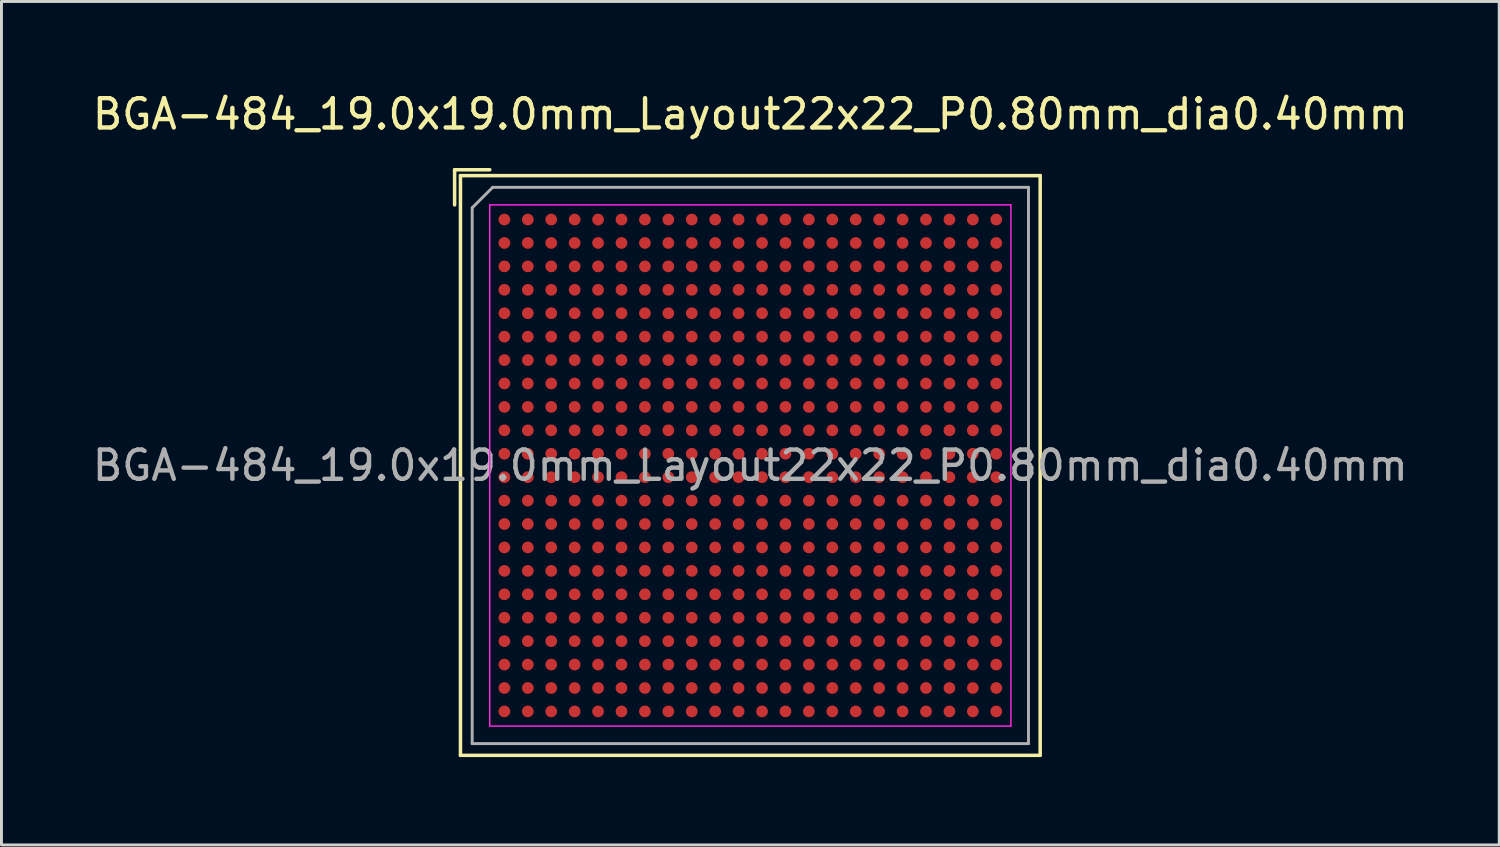
<source format=kicad_pcb>
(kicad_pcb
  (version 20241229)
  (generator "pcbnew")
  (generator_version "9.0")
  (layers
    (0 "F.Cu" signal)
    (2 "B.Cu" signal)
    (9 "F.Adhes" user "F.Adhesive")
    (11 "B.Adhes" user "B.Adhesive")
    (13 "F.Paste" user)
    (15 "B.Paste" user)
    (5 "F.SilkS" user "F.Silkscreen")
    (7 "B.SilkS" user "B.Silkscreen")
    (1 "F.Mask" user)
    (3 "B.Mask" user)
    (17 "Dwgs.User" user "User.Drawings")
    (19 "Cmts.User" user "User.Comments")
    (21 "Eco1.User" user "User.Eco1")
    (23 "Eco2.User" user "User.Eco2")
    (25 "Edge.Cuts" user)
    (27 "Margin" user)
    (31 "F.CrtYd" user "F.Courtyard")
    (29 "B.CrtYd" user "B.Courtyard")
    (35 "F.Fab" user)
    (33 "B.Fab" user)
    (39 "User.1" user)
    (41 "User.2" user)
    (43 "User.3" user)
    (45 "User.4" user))
  (footprint "BGA-484_19.0x19.0mm_Layout22x22_P0.80mm_dia0.40mm"
    (layer "F.Cu")
    (at 22.577 12.848)
    (property "Reference" "BGA-484_19.0x19.0mm_Layout22x22_P0.80mm_dia0.40mm" (at 0 -12 0) (layer "F.SilkS") (effects (font (size 1 1) (thickness 0.15))))
    (attr smd)
    (fp_line (start -10.1 -10.1) (end -8.9 -10.1) (stroke (width 0.12) (type solid)) (layer "F.SilkS"))
    (fp_line (start -10.1 -8.9) (end -10.1 -10.1) (stroke (width 0.12) (type solid)) (layer "F.SilkS"))
    (fp_line (start -9.9 -9.9) (end 9.9 -9.9) (stroke (width 0.12) (type solid)) (layer "F.SilkS"))
    (fp_line (start -9.9 9.9) (end -9.9 -9.9) (stroke (width 0.12) (type solid)) (layer "F.SilkS"))
    (fp_line (start 9.9 -9.9) (end 9.9 9.9) (stroke (width 0.12) (type solid)) (layer "F.SilkS"))
    (fp_line (start 9.9 9.9) (end -9.9 9.9) (stroke (width 0.12) (type solid)) (layer "F.SilkS"))
    (fp_line (start -8.9 -8.9) (end -8.9 8.9) (stroke (width 0.05) (type solid)) (layer "F.CrtYd"))
    (fp_line (start -8.9 -8.9) (end 8.9 -8.9) (stroke (width 0.05) (type solid)) (layer "F.CrtYd"))
    (fp_line (start 8.9 8.9) (end -8.9 8.9) (stroke (width 0.05) (type solid)) (layer "F.CrtYd"))
    (fp_line (start 8.9 8.9) (end 8.9 -8.9) (stroke (width 0.05) (type solid)) (layer "F.CrtYd"))
    (fp_line (start -9.5 -8.8) (end -8.8 -9.5) (stroke (width 0.1) (type solid)) (layer "F.Fab"))
    (fp_line (start -9.5 9.5) (end -9.5 -8.8) (stroke (width 0.1) (type solid)) (layer "F.Fab"))
    (fp_line (start -8.8 -9.5) (end 9.5 -9.5) (stroke (width 0.1) (type solid)) (layer "F.Fab"))
    (fp_line (start 9.5 -9.5) (end 9.5 9.5) (stroke (width 0.1) (type solid)) (layer "F.Fab"))
    (fp_line (start 9.5 9.5) (end -9.5 9.5) (stroke (width 0.1) (type solid)) (layer "F.Fab"))
    (fp_text user "${REFERENCE}" (at 0 0 0) (layer "F.Fab") (effects (font (size 1 1) (thickness 0.15))))
    (pad "A1" smd circle (at -8.4 -8.4) (size 0.4 0.4) (layers "F.Cu" "F.Mask" "F.Paste"))
    (pad "A2" smd circle (at -7.6 -8.4) (size 0.4 0.4) (layers "F.Cu" "F.Mask" "F.Paste"))
    (pad "A3" smd circle (at -6.8 -8.4) (size 0.4 0.4) (layers "F.Cu" "F.Mask" "F.Paste"))
    (pad "A4" smd circle (at -6 -8.4) (size 0.4 0.4) (layers "F.Cu" "F.Mask" "F.Paste"))
    (pad "A5" smd circle (at -5.2 -8.4) (size 0.4 0.4) (layers "F.Cu" "F.Mask" "F.Paste"))
    (pad "A6" smd circle (at -4.4 -8.4) (size 0.4 0.4) (layers "F.Cu" "F.Mask" "F.Paste"))
    (pad "A7" smd circle (at -3.6 -8.4) (size 0.4 0.4) (layers "F.Cu" "F.Mask" "F.Paste"))
    (pad "A8" smd circle (at -2.8 -8.4) (size 0.4 0.4) (layers "F.Cu" "F.Mask" "F.Paste"))
    (pad "A9" smd circle (at -2 -8.4) (size 0.4 0.4) (layers "F.Cu" "F.Mask" "F.Paste"))
    (pad "A10" smd circle (at -1.2 -8.4) (size 0.4 0.4) (layers "F.Cu" "F.Mask" "F.Paste"))
    (pad "A11" smd circle (at -0.4 -8.4) (size 0.4 0.4) (layers "F.Cu" "F.Mask" "F.Paste"))
    (pad "A12" smd circle (at 0.4 -8.4) (size 0.4 0.4) (layers "F.Cu" "F.Mask" "F.Paste"))
    (pad "A13" smd circle (at 1.2 -8.4) (size 0.4 0.4) (layers "F.Cu" "F.Mask" "F.Paste"))
    (pad "A14" smd circle (at 2 -8.4) (size 0.4 0.4) (layers "F.Cu" "F.Mask" "F.Paste"))
    (pad "A15" smd circle (at 2.8 -8.4) (size 0.4 0.4) (layers "F.Cu" "F.Mask" "F.Paste"))
    (pad "A16" smd circle (at 3.6 -8.4) (size 0.4 0.4) (layers "F.Cu" "F.Mask" "F.Paste"))
    (pad "A17" smd circle (at 4.4 -8.4) (size 0.4 0.4) (layers "F.Cu" "F.Mask" "F.Paste"))
    (pad "A18" smd circle (at 5.2 -8.4) (size 0.4 0.4) (layers "F.Cu" "F.Mask" "F.Paste"))
    (pad "A19" smd circle (at 6 -8.4) (size 0.4 0.4) (layers "F.Cu" "F.Mask" "F.Paste"))
    (pad "A20" smd circle (at 6.8 -8.4) (size 0.4 0.4) (layers "F.Cu" "F.Mask" "F.Paste"))
    (pad "A21" smd circle (at 7.6 -8.4) (size 0.4 0.4) (layers "F.Cu" "F.Mask" "F.Paste"))
    (pad "A22" smd circle (at 8.4 -8.4) (size 0.4 0.4) (layers "F.Cu" "F.Mask" "F.Paste"))
    (pad "AA1" smd circle (at -8.4 7.6) (size 0.4 0.4) (layers "F.Cu" "F.Mask" "F.Paste"))
    (pad "AA2" smd circle (at -7.6 7.6) (size 0.4 0.4) (layers "F.Cu" "F.Mask" "F.Paste"))
    (pad "AA3" smd circle (at -6.8 7.6) (size 0.4 0.4) (layers "F.Cu" "F.Mask" "F.Paste"))
    (pad "AA4" smd circle (at -6 7.6) (size 0.4 0.4) (layers "F.Cu" "F.Mask" "F.Paste"))
    (pad "AA5" smd circle (at -5.2 7.6) (size 0.4 0.4) (layers "F.Cu" "F.Mask" "F.Paste"))
    (pad "AA6" smd circle (at -4.4 7.6) (size 0.4 0.4) (layers "F.Cu" "F.Mask" "F.Paste"))
    (pad "AA7" smd circle (at -3.6 7.6) (size 0.4 0.4) (layers "F.Cu" "F.Mask" "F.Paste"))
    (pad "AA8" smd circle (at -2.8 7.6) (size 0.4 0.4) (layers "F.Cu" "F.Mask" "F.Paste"))
    (pad "AA9" smd circle (at -2 7.6) (size 0.4 0.4) (layers "F.Cu" "F.Mask" "F.Paste"))
    (pad "AA10" smd circle (at -1.2 7.6) (size 0.4 0.4) (layers "F.Cu" "F.Mask" "F.Paste"))
    (pad "AA11" smd circle (at -0.4 7.6) (size 0.4 0.4) (layers "F.Cu" "F.Mask" "F.Paste"))
    (pad "AA12" smd circle (at 0.4 7.6) (size 0.4 0.4) (layers "F.Cu" "F.Mask" "F.Paste"))
    (pad "AA13" smd circle (at 1.2 7.6) (size 0.4 0.4) (layers "F.Cu" "F.Mask" "F.Paste"))
    (pad "AA14" smd circle (at 2 7.6) (size 0.4 0.4) (layers "F.Cu" "F.Mask" "F.Paste"))
    (pad "AA15" smd circle (at 2.8 7.6) (size 0.4 0.4) (layers "F.Cu" "F.Mask" "F.Paste"))
    (pad "AA16" smd circle (at 3.6 7.6) (size 0.4 0.4) (layers "F.Cu" "F.Mask" "F.Paste"))
    (pad "AA17" smd circle (at 4.4 7.6) (size 0.4 0.4) (layers "F.Cu" "F.Mask" "F.Paste"))
    (pad "AA18" smd circle (at 5.2 7.6) (size 0.4 0.4) (layers "F.Cu" "F.Mask" "F.Paste"))
    (pad "AA19" smd circle (at 6 7.6) (size 0.4 0.4) (layers "F.Cu" "F.Mask" "F.Paste"))
    (pad "AA20" smd circle (at 6.8 7.6) (size 0.4 0.4) (layers "F.Cu" "F.Mask" "F.Paste"))
    (pad "AA21" smd circle (at 7.6 7.6) (size 0.4 0.4) (layers "F.Cu" "F.Mask" "F.Paste"))
    (pad "AA22" smd circle (at 8.4 7.6) (size 0.4 0.4) (layers "F.Cu" "F.Mask" "F.Paste"))
    (pad "AB1" smd circle (at -8.4 8.4) (size 0.4 0.4) (layers "F.Cu" "F.Mask" "F.Paste"))
    (pad "AB2" smd circle (at -7.6 8.4) (size 0.4 0.4) (layers "F.Cu" "F.Mask" "F.Paste"))
    (pad "AB3" smd circle (at -6.8 8.4) (size 0.4 0.4) (layers "F.Cu" "F.Mask" "F.Paste"))
    (pad "AB4" smd circle (at -6 8.4) (size 0.4 0.4) (layers "F.Cu" "F.Mask" "F.Paste"))
    (pad "AB5" smd circle (at -5.2 8.4) (size 0.4 0.4) (layers "F.Cu" "F.Mask" "F.Paste"))
    (pad "AB6" smd circle (at -4.4 8.4) (size 0.4 0.4) (layers "F.Cu" "F.Mask" "F.Paste"))
    (pad "AB7" smd circle (at -3.6 8.4) (size 0.4 0.4) (layers "F.Cu" "F.Mask" "F.Paste"))
    (pad "AB8" smd circle (at -2.8 8.4) (size 0.4 0.4) (layers "F.Cu" "F.Mask" "F.Paste"))
    (pad "AB9" smd circle (at -2 8.4) (size 0.4 0.4) (layers "F.Cu" "F.Mask" "F.Paste"))
    (pad "AB10" smd circle (at -1.2 8.4) (size 0.4 0.4) (layers "F.Cu" "F.Mask" "F.Paste"))
    (pad "AB11" smd circle (at -0.4 8.4) (size 0.4 0.4) (layers "F.Cu" "F.Mask" "F.Paste"))
    (pad "AB12" smd circle (at 0.4 8.4) (size 0.4 0.4) (layers "F.Cu" "F.Mask" "F.Paste"))
    (pad "AB13" smd circle (at 1.2 8.4) (size 0.4 0.4) (layers "F.Cu" "F.Mask" "F.Paste"))
    (pad "AB14" smd circle (at 2 8.4) (size 0.4 0.4) (layers "F.Cu" "F.Mask" "F.Paste"))
    (pad "AB15" smd circle (at 2.8 8.4) (size 0.4 0.4) (layers "F.Cu" "F.Mask" "F.Paste"))
    (pad "AB16" smd circle (at 3.6 8.4) (size 0.4 0.4) (layers "F.Cu" "F.Mask" "F.Paste"))
    (pad "AB17" smd circle (at 4.4 8.4) (size 0.4 0.4) (layers "F.Cu" "F.Mask" "F.Paste"))
    (pad "AB18" smd circle (at 5.2 8.4) (size 0.4 0.4) (layers "F.Cu" "F.Mask" "F.Paste"))
    (pad "AB19" smd circle (at 6 8.4) (size 0.4 0.4) (layers "F.Cu" "F.Mask" "F.Paste"))
    (pad "AB20" smd circle (at 6.8 8.4) (size 0.4 0.4) (layers "F.Cu" "F.Mask" "F.Paste"))
    (pad "AB21" smd circle (at 7.6 8.4) (size 0.4 0.4) (layers "F.Cu" "F.Mask" "F.Paste"))
    (pad "AB22" smd circle (at 8.4 8.4) (size 0.4 0.4) (layers "F.Cu" "F.Mask" "F.Paste"))
    (pad "B1" smd circle (at -8.4 -7.6) (size 0.4 0.4) (layers "F.Cu" "F.Mask" "F.Paste"))
    (pad "B2" smd circle (at -7.6 -7.6) (size 0.4 0.4) (layers "F.Cu" "F.Mask" "F.Paste"))
    (pad "B3" smd circle (at -6.8 -7.6) (size 0.4 0.4) (layers "F.Cu" "F.Mask" "F.Paste"))
    (pad "B4" smd circle (at -6 -7.6) (size 0.4 0.4) (layers "F.Cu" "F.Mask" "F.Paste"))
    (pad "B5" smd circle (at -5.2 -7.6) (size 0.4 0.4) (layers "F.Cu" "F.Mask" "F.Paste"))
    (pad "B6" smd circle (at -4.4 -7.6) (size 0.4 0.4) (layers "F.Cu" "F.Mask" "F.Paste"))
    (pad "B7" smd circle (at -3.6 -7.6) (size 0.4 0.4) (layers "F.Cu" "F.Mask" "F.Paste"))
    (pad "B8" smd circle (at -2.8 -7.6) (size 0.4 0.4) (layers "F.Cu" "F.Mask" "F.Paste"))
    (pad "B9" smd circle (at -2 -7.6) (size 0.4 0.4) (layers "F.Cu" "F.Mask" "F.Paste"))
    (pad "B10" smd circle (at -1.2 -7.6) (size 0.4 0.4) (layers "F.Cu" "F.Mask" "F.Paste"))
    (pad "B11" smd circle (at -0.4 -7.6) (size 0.4 0.4) (layers "F.Cu" "F.Mask" "F.Paste"))
    (pad "B12" smd circle (at 0.4 -7.6) (size 0.4 0.4) (layers "F.Cu" "F.Mask" "F.Paste"))
    (pad "B13" smd circle (at 1.2 -7.6) (size 0.4 0.4) (layers "F.Cu" "F.Mask" "F.Paste"))
    (pad "B14" smd circle (at 2 -7.6) (size 0.4 0.4) (layers "F.Cu" "F.Mask" "F.Paste"))
    (pad "B15" smd circle (at 2.8 -7.6) (size 0.4 0.4) (layers "F.Cu" "F.Mask" "F.Paste"))
    (pad "B16" smd circle (at 3.6 -7.6) (size 0.4 0.4) (layers "F.Cu" "F.Mask" "F.Paste"))
    (pad "B17" smd circle (at 4.4 -7.6) (size 0.4 0.4) (layers "F.Cu" "F.Mask" "F.Paste"))
    (pad "B18" smd circle (at 5.2 -7.6) (size 0.4 0.4) (layers "F.Cu" "F.Mask" "F.Paste"))
    (pad "B19" smd circle (at 6 -7.6) (size 0.4 0.4) (layers "F.Cu" "F.Mask" "F.Paste"))
    (pad "B20" smd circle (at 6.8 -7.6) (size 0.4 0.4) (layers "F.Cu" "F.Mask" "F.Paste"))
    (pad "B21" smd circle (at 7.6 -7.6) (size 0.4 0.4) (layers "F.Cu" "F.Mask" "F.Paste"))
    (pad "B22" smd circle (at 8.4 -7.6) (size 0.4 0.4) (layers "F.Cu" "F.Mask" "F.Paste"))
    (pad "C1" smd circle (at -8.4 -6.8) (size 0.4 0.4) (layers "F.Cu" "F.Mask" "F.Paste"))
    (pad "C2" smd circle (at -7.6 -6.8) (size 0.4 0.4) (layers "F.Cu" "F.Mask" "F.Paste"))
    (pad "C3" smd circle (at -6.8 -6.8) (size 0.4 0.4) (layers "F.Cu" "F.Mask" "F.Paste"))
    (pad "C4" smd circle (at -6 -6.8) (size 0.4 0.4) (layers "F.Cu" "F.Mask" "F.Paste"))
    (pad "C5" smd circle (at -5.2 -6.8) (size 0.4 0.4) (layers "F.Cu" "F.Mask" "F.Paste"))
    (pad "C6" smd circle (at -4.4 -6.8) (size 0.4 0.4) (layers "F.Cu" "F.Mask" "F.Paste"))
    (pad "C7" smd circle (at -3.6 -6.8) (size 0.4 0.4) (layers "F.Cu" "F.Mask" "F.Paste"))
    (pad "C8" smd circle (at -2.8 -6.8) (size 0.4 0.4) (layers "F.Cu" "F.Mask" "F.Paste"))
    (pad "C9" smd circle (at -2 -6.8) (size 0.4 0.4) (layers "F.Cu" "F.Mask" "F.Paste"))
    (pad "C10" smd circle (at -1.2 -6.8) (size 0.4 0.4) (layers "F.Cu" "F.Mask" "F.Paste"))
    (pad "C11" smd circle (at -0.4 -6.8) (size 0.4 0.4) (layers "F.Cu" "F.Mask" "F.Paste"))
    (pad "C12" smd circle (at 0.4 -6.8) (size 0.4 0.4) (layers "F.Cu" "F.Mask" "F.Paste"))
    (pad "C13" smd circle (at 1.2 -6.8) (size 0.4 0.4) (layers "F.Cu" "F.Mask" "F.Paste"))
    (pad "C14" smd circle (at 2 -6.8) (size 0.4 0.4) (layers "F.Cu" "F.Mask" "F.Paste"))
    (pad "C15" smd circle (at 2.8 -6.8) (size 0.4 0.4) (layers "F.Cu" "F.Mask" "F.Paste"))
    (pad "C16" smd circle (at 3.6 -6.8) (size 0.4 0.4) (layers "F.Cu" "F.Mask" "F.Paste"))
    (pad "C17" smd circle (at 4.4 -6.8) (size 0.4 0.4) (layers "F.Cu" "F.Mask" "F.Paste"))
    (pad "C18" smd circle (at 5.2 -6.8) (size 0.4 0.4) (layers "F.Cu" "F.Mask" "F.Paste"))
    (pad "C19" smd circle (at 6 -6.8) (size 0.4 0.4) (layers "F.Cu" "F.Mask" "F.Paste"))
    (pad "C20" smd circle (at 6.8 -6.8) (size 0.4 0.4) (layers "F.Cu" "F.Mask" "F.Paste"))
    (pad "C21" smd circle (at 7.6 -6.8) (size 0.4 0.4) (layers "F.Cu" "F.Mask" "F.Paste"))
    (pad "C22" smd circle (at 8.4 -6.8) (size 0.4 0.4) (layers "F.Cu" "F.Mask" "F.Paste"))
    (pad "D1" smd circle (at -8.4 -6) (size 0.4 0.4) (layers "F.Cu" "F.Mask" "F.Paste"))
    (pad "D2" smd circle (at -7.6 -6) (size 0.4 0.4) (layers "F.Cu" "F.Mask" "F.Paste"))
    (pad "D3" smd circle (at -6.8 -6) (size 0.4 0.4) (layers "F.Cu" "F.Mask" "F.Paste"))
    (pad "D4" smd circle (at -6 -6) (size 0.4 0.4) (layers "F.Cu" "F.Mask" "F.Paste"))
    (pad "D5" smd circle (at -5.2 -6) (size 0.4 0.4) (layers "F.Cu" "F.Mask" "F.Paste"))
    (pad "D6" smd circle (at -4.4 -6) (size 0.4 0.4) (layers "F.Cu" "F.Mask" "F.Paste"))
    (pad "D7" smd circle (at -3.6 -6) (size 0.4 0.4) (layers "F.Cu" "F.Mask" "F.Paste"))
    (pad "D8" smd circle (at -2.8 -6) (size 0.4 0.4) (layers "F.Cu" "F.Mask" "F.Paste"))
    (pad "D9" smd circle (at -2 -6) (size 0.4 0.4) (layers "F.Cu" "F.Mask" "F.Paste"))
    (pad "D10" smd circle (at -1.2 -6) (size 0.4 0.4) (layers "F.Cu" "F.Mask" "F.Paste"))
    (pad "D11" smd circle (at -0.4 -6) (size 0.4 0.4) (layers "F.Cu" "F.Mask" "F.Paste"))
    (pad "D12" smd circle (at 0.4 -6) (size 0.4 0.4) (layers "F.Cu" "F.Mask" "F.Paste"))
    (pad "D13" smd circle (at 1.2 -6) (size 0.4 0.4) (layers "F.Cu" "F.Mask" "F.Paste"))
    (pad "D14" smd circle (at 2 -6) (size 0.4 0.4) (layers "F.Cu" "F.Mask" "F.Paste"))
    (pad "D15" smd circle (at 2.8 -6) (size 0.4 0.4) (layers "F.Cu" "F.Mask" "F.Paste"))
    (pad "D16" smd circle (at 3.6 -6) (size 0.4 0.4) (layers "F.Cu" "F.Mask" "F.Paste"))
    (pad "D17" smd circle (at 4.4 -6) (size 0.4 0.4) (layers "F.Cu" "F.Mask" "F.Paste"))
    (pad "D18" smd circle (at 5.2 -6) (size 0.4 0.4) (layers "F.Cu" "F.Mask" "F.Paste"))
    (pad "D19" smd circle (at 6 -6) (size 0.4 0.4) (layers "F.Cu" "F.Mask" "F.Paste"))
    (pad "D20" smd circle (at 6.8 -6) (size 0.4 0.4) (layers "F.Cu" "F.Mask" "F.Paste"))
    (pad "D21" smd circle (at 7.6 -6) (size 0.4 0.4) (layers "F.Cu" "F.Mask" "F.Paste"))
    (pad "D22" smd circle (at 8.4 -6) (size 0.4 0.4) (layers "F.Cu" "F.Mask" "F.Paste"))
    (pad "E1" smd circle (at -8.4 -5.2) (size 0.4 0.4) (layers "F.Cu" "F.Mask" "F.Paste"))
    (pad "E2" smd circle (at -7.6 -5.2) (size 0.4 0.4) (layers "F.Cu" "F.Mask" "F.Paste"))
    (pad "E3" smd circle (at -6.8 -5.2) (size 0.4 0.4) (layers "F.Cu" "F.Mask" "F.Paste"))
    (pad "E4" smd circle (at -6 -5.2) (size 0.4 0.4) (layers "F.Cu" "F.Mask" "F.Paste"))
    (pad "E5" smd circle (at -5.2 -5.2) (size 0.4 0.4) (layers "F.Cu" "F.Mask" "F.Paste"))
    (pad "E6" smd circle (at -4.4 -5.2) (size 0.4 0.4) (layers "F.Cu" "F.Mask" "F.Paste"))
    (pad "E7" smd circle (at -3.6 -5.2) (size 0.4 0.4) (layers "F.Cu" "F.Mask" "F.Paste"))
    (pad "E8" smd circle (at -2.8 -5.2) (size 0.4 0.4) (layers "F.Cu" "F.Mask" "F.Paste"))
    (pad "E9" smd circle (at -2 -5.2) (size 0.4 0.4) (layers "F.Cu" "F.Mask" "F.Paste"))
    (pad "E10" smd circle (at -1.2 -5.2) (size 0.4 0.4) (layers "F.Cu" "F.Mask" "F.Paste"))
    (pad "E11" smd circle (at -0.4 -5.2) (size 0.4 0.4) (layers "F.Cu" "F.Mask" "F.Paste"))
    (pad "E12" smd circle (at 0.4 -5.2) (size 0.4 0.4) (layers "F.Cu" "F.Mask" "F.Paste"))
    (pad "E13" smd circle (at 1.2 -5.2) (size 0.4 0.4) (layers "F.Cu" "F.Mask" "F.Paste"))
    (pad "E14" smd circle (at 2 -5.2) (size 0.4 0.4) (layers "F.Cu" "F.Mask" "F.Paste"))
    (pad "E15" smd circle (at 2.8 -5.2) (size 0.4 0.4) (layers "F.Cu" "F.Mask" "F.Paste"))
    (pad "E16" smd circle (at 3.6 -5.2) (size 0.4 0.4) (layers "F.Cu" "F.Mask" "F.Paste"))
    (pad "E17" smd circle (at 4.4 -5.2) (size 0.4 0.4) (layers "F.Cu" "F.Mask" "F.Paste"))
    (pad "E18" smd circle (at 5.2 -5.2) (size 0.4 0.4) (layers "F.Cu" "F.Mask" "F.Paste"))
    (pad "E19" smd circle (at 6 -5.2) (size 0.4 0.4) (layers "F.Cu" "F.Mask" "F.Paste"))
    (pad "E20" smd circle (at 6.8 -5.2) (size 0.4 0.4) (layers "F.Cu" "F.Mask" "F.Paste"))
    (pad "E21" smd circle (at 7.6 -5.2) (size 0.4 0.4) (layers "F.Cu" "F.Mask" "F.Paste"))
    (pad "E22" smd circle (at 8.4 -5.2) (size 0.4 0.4) (layers "F.Cu" "F.Mask" "F.Paste"))
    (pad "F1" smd circle (at -8.4 -4.4) (size 0.4 0.4) (layers "F.Cu" "F.Mask" "F.Paste"))
    (pad "F2" smd circle (at -7.6 -4.4) (size 0.4 0.4) (layers "F.Cu" "F.Mask" "F.Paste"))
    (pad "F3" smd circle (at -6.8 -4.4) (size 0.4 0.4) (layers "F.Cu" "F.Mask" "F.Paste"))
    (pad "F4" smd circle (at -6 -4.4) (size 0.4 0.4) (layers "F.Cu" "F.Mask" "F.Paste"))
    (pad "F5" smd circle (at -5.2 -4.4) (size 0.4 0.4) (layers "F.Cu" "F.Mask" "F.Paste"))
    (pad "F6" smd circle (at -4.4 -4.4) (size 0.4 0.4) (layers "F.Cu" "F.Mask" "F.Paste"))
    (pad "F7" smd circle (at -3.6 -4.4) (size 0.4 0.4) (layers "F.Cu" "F.Mask" "F.Paste"))
    (pad "F8" smd circle (at -2.8 -4.4) (size 0.4 0.4) (layers "F.Cu" "F.Mask" "F.Paste"))
    (pad "F9" smd circle (at -2 -4.4) (size 0.4 0.4) (layers "F.Cu" "F.Mask" "F.Paste"))
    (pad "F10" smd circle (at -1.2 -4.4) (size 0.4 0.4) (layers "F.Cu" "F.Mask" "F.Paste"))
    (pad "F11" smd circle (at -0.4 -4.4) (size 0.4 0.4) (layers "F.Cu" "F.Mask" "F.Paste"))
    (pad "F12" smd circle (at 0.4 -4.4) (size 0.4 0.4) (layers "F.Cu" "F.Mask" "F.Paste"))
    (pad "F13" smd circle (at 1.2 -4.4) (size 0.4 0.4) (layers "F.Cu" "F.Mask" "F.Paste"))
    (pad "F14" smd circle (at 2 -4.4) (size 0.4 0.4) (layers "F.Cu" "F.Mask" "F.Paste"))
    (pad "F15" smd circle (at 2.8 -4.4) (size 0.4 0.4) (layers "F.Cu" "F.Mask" "F.Paste"))
    (pad "F16" smd circle (at 3.6 -4.4) (size 0.4 0.4) (layers "F.Cu" "F.Mask" "F.Paste"))
    (pad "F17" smd circle (at 4.4 -4.4) (size 0.4 0.4) (layers "F.Cu" "F.Mask" "F.Paste"))
    (pad "F18" smd circle (at 5.2 -4.4) (size 0.4 0.4) (layers "F.Cu" "F.Mask" "F.Paste"))
    (pad "F19" smd circle (at 6 -4.4) (size 0.4 0.4) (layers "F.Cu" "F.Mask" "F.Paste"))
    (pad "F20" smd circle (at 6.8 -4.4) (size 0.4 0.4) (layers "F.Cu" "F.Mask" "F.Paste"))
    (pad "F21" smd circle (at 7.6 -4.4) (size 0.4 0.4) (layers "F.Cu" "F.Mask" "F.Paste"))
    (pad "F22" smd circle (at 8.4 -4.4) (size 0.4 0.4) (layers "F.Cu" "F.Mask" "F.Paste"))
    (pad "G1" smd circle (at -8.4 -3.6) (size 0.4 0.4) (layers "F.Cu" "F.Mask" "F.Paste"))
    (pad "G2" smd circle (at -7.6 -3.6) (size 0.4 0.4) (layers "F.Cu" "F.Mask" "F.Paste"))
    (pad "G3" smd circle (at -6.8 -3.6) (size 0.4 0.4) (layers "F.Cu" "F.Mask" "F.Paste"))
    (pad "G4" smd circle (at -6 -3.6) (size 0.4 0.4) (layers "F.Cu" "F.Mask" "F.Paste"))
    (pad "G5" smd circle (at -5.2 -3.6) (size 0.4 0.4) (layers "F.Cu" "F.Mask" "F.Paste"))
    (pad "G6" smd circle (at -4.4 -3.6) (size 0.4 0.4) (layers "F.Cu" "F.Mask" "F.Paste"))
    (pad "G7" smd circle (at -3.6 -3.6) (size 0.4 0.4) (layers "F.Cu" "F.Mask" "F.Paste"))
    (pad "G8" smd circle (at -2.8 -3.6) (size 0.4 0.4) (layers "F.Cu" "F.Mask" "F.Paste"))
    (pad "G9" smd circle (at -2 -3.6) (size 0.4 0.4) (layers "F.Cu" "F.Mask" "F.Paste"))
    (pad "G10" smd circle (at -1.2 -3.6) (size 0.4 0.4) (layers "F.Cu" "F.Mask" "F.Paste"))
    (pad "G11" smd circle (at -0.4 -3.6) (size 0.4 0.4) (layers "F.Cu" "F.Mask" "F.Paste"))
    (pad "G12" smd circle (at 0.4 -3.6) (size 0.4 0.4) (layers "F.Cu" "F.Mask" "F.Paste"))
    (pad "G13" smd circle (at 1.2 -3.6) (size 0.4 0.4) (layers "F.Cu" "F.Mask" "F.Paste"))
    (pad "G14" smd circle (at 2 -3.6) (size 0.4 0.4) (layers "F.Cu" "F.Mask" "F.Paste"))
    (pad "G15" smd circle (at 2.8 -3.6) (size 0.4 0.4) (layers "F.Cu" "F.Mask" "F.Paste"))
    (pad "G16" smd circle (at 3.6 -3.6) (size 0.4 0.4) (layers "F.Cu" "F.Mask" "F.Paste"))
    (pad "G17" smd circle (at 4.4 -3.6) (size 0.4 0.4) (layers "F.Cu" "F.Mask" "F.Paste"))
    (pad "G18" smd circle (at 5.2 -3.6) (size 0.4 0.4) (layers "F.Cu" "F.Mask" "F.Paste"))
    (pad "G19" smd circle (at 6 -3.6) (size 0.4 0.4) (layers "F.Cu" "F.Mask" "F.Paste"))
    (pad "G20" smd circle (at 6.8 -3.6) (size 0.4 0.4) (layers "F.Cu" "F.Mask" "F.Paste"))
    (pad "G21" smd circle (at 7.6 -3.6) (size 0.4 0.4) (layers "F.Cu" "F.Mask" "F.Paste"))
    (pad "G22" smd circle (at 8.4 -3.6) (size 0.4 0.4) (layers "F.Cu" "F.Mask" "F.Paste"))
    (pad "H1" smd circle (at -8.4 -2.8) (size 0.4 0.4) (layers "F.Cu" "F.Mask" "F.Paste"))
    (pad "H2" smd circle (at -7.6 -2.8) (size 0.4 0.4) (layers "F.Cu" "F.Mask" "F.Paste"))
    (pad "H3" smd circle (at -6.8 -2.8) (size 0.4 0.4) (layers "F.Cu" "F.Mask" "F.Paste"))
    (pad "H4" smd circle (at -6 -2.8) (size 0.4 0.4) (layers "F.Cu" "F.Mask" "F.Paste"))
    (pad "H5" smd circle (at -5.2 -2.8) (size 0.4 0.4) (layers "F.Cu" "F.Mask" "F.Paste"))
    (pad "H6" smd circle (at -4.4 -2.8) (size 0.4 0.4) (layers "F.Cu" "F.Mask" "F.Paste"))
    (pad "H7" smd circle (at -3.6 -2.8) (size 0.4 0.4) (layers "F.Cu" "F.Mask" "F.Paste"))
    (pad "H8" smd circle (at -2.8 -2.8) (size 0.4 0.4) (layers "F.Cu" "F.Mask" "F.Paste"))
    (pad "H9" smd circle (at -2 -2.8) (size 0.4 0.4) (layers "F.Cu" "F.Mask" "F.Paste"))
    (pad "H10" smd circle (at -1.2 -2.8) (size 0.4 0.4) (layers "F.Cu" "F.Mask" "F.Paste"))
    (pad "H11" smd circle (at -0.4 -2.8) (size 0.4 0.4) (layers "F.Cu" "F.Mask" "F.Paste"))
    (pad "H12" smd circle (at 0.4 -2.8) (size 0.4 0.4) (layers "F.Cu" "F.Mask" "F.Paste"))
    (pad "H13" smd circle (at 1.2 -2.8) (size 0.4 0.4) (layers "F.Cu" "F.Mask" "F.Paste"))
    (pad "H14" smd circle (at 2 -2.8) (size 0.4 0.4) (layers "F.Cu" "F.Mask" "F.Paste"))
    (pad "H15" smd circle (at 2.8 -2.8) (size 0.4 0.4) (layers "F.Cu" "F.Mask" "F.Paste"))
    (pad "H16" smd circle (at 3.6 -2.8) (size 0.4 0.4) (layers "F.Cu" "F.Mask" "F.Paste"))
    (pad "H17" smd circle (at 4.4 -2.8) (size 0.4 0.4) (layers "F.Cu" "F.Mask" "F.Paste"))
    (pad "H18" smd circle (at 5.2 -2.8) (size 0.4 0.4) (layers "F.Cu" "F.Mask" "F.Paste"))
    (pad "H19" smd circle (at 6 -2.8) (size 0.4 0.4) (layers "F.Cu" "F.Mask" "F.Paste"))
    (pad "H20" smd circle (at 6.8 -2.8) (size 0.4 0.4) (layers "F.Cu" "F.Mask" "F.Paste"))
    (pad "H21" smd circle (at 7.6 -2.8) (size 0.4 0.4) (layers "F.Cu" "F.Mask" "F.Paste"))
    (pad "H22" smd circle (at 8.4 -2.8) (size 0.4 0.4) (layers "F.Cu" "F.Mask" "F.Paste"))
    (pad "J1" smd circle (at -8.4 -2) (size 0.4 0.4) (layers "F.Cu" "F.Mask" "F.Paste"))
    (pad "J2" smd circle (at -7.6 -2) (size 0.4 0.4) (layers "F.Cu" "F.Mask" "F.Paste"))
    (pad "J3" smd circle (at -6.8 -2) (size 0.4 0.4) (layers "F.Cu" "F.Mask" "F.Paste"))
    (pad "J4" smd circle (at -6 -2) (size 0.4 0.4) (layers "F.Cu" "F.Mask" "F.Paste"))
    (pad "J5" smd circle (at -5.2 -2) (size 0.4 0.4) (layers "F.Cu" "F.Mask" "F.Paste"))
    (pad "J6" smd circle (at -4.4 -2) (size 0.4 0.4) (layers "F.Cu" "F.Mask" "F.Paste"))
    (pad "J7" smd circle (at -3.6 -2) (size 0.4 0.4) (layers "F.Cu" "F.Mask" "F.Paste"))
    (pad "J8" smd circle (at -2.8 -2) (size 0.4 0.4) (layers "F.Cu" "F.Mask" "F.Paste"))
    (pad "J9" smd circle (at -2 -2) (size 0.4 0.4) (layers "F.Cu" "F.Mask" "F.Paste"))
    (pad "J10" smd circle (at -1.2 -2) (size 0.4 0.4) (layers "F.Cu" "F.Mask" "F.Paste"))
    (pad "J11" smd circle (at -0.4 -2) (size 0.4 0.4) (layers "F.Cu" "F.Mask" "F.Paste"))
    (pad "J12" smd circle (at 0.4 -2) (size 0.4 0.4) (layers "F.Cu" "F.Mask" "F.Paste"))
    (pad "J13" smd circle (at 1.2 -2) (size 0.4 0.4) (layers "F.Cu" "F.Mask" "F.Paste"))
    (pad "J14" smd circle (at 2 -2) (size 0.4 0.4) (layers "F.Cu" "F.Mask" "F.Paste"))
    (pad "J15" smd circle (at 2.8 -2) (size 0.4 0.4) (layers "F.Cu" "F.Mask" "F.Paste"))
    (pad "J16" smd circle (at 3.6 -2) (size 0.4 0.4) (layers "F.Cu" "F.Mask" "F.Paste"))
    (pad "J17" smd circle (at 4.4 -2) (size 0.4 0.4) (layers "F.Cu" "F.Mask" "F.Paste"))
    (pad "J18" smd circle (at 5.2 -2) (size 0.4 0.4) (layers "F.Cu" "F.Mask" "F.Paste"))
    (pad "J19" smd circle (at 6 -2) (size 0.4 0.4) (layers "F.Cu" "F.Mask" "F.Paste"))
    (pad "J20" smd circle (at 6.8 -2) (size 0.4 0.4) (layers "F.Cu" "F.Mask" "F.Paste"))
    (pad "J21" smd circle (at 7.6 -2) (size 0.4 0.4) (layers "F.Cu" "F.Mask" "F.Paste"))
    (pad "J22" smd circle (at 8.4 -2) (size 0.4 0.4) (layers "F.Cu" "F.Mask" "F.Paste"))
    (pad "K1" smd circle (at -8.4 -1.2) (size 0.4 0.4) (layers "F.Cu" "F.Mask" "F.Paste"))
    (pad "K2" smd circle (at -7.6 -1.2) (size 0.4 0.4) (layers "F.Cu" "F.Mask" "F.Paste"))
    (pad "K3" smd circle (at -6.8 -1.2) (size 0.4 0.4) (layers "F.Cu" "F.Mask" "F.Paste"))
    (pad "K4" smd circle (at -6 -1.2) (size 0.4 0.4) (layers "F.Cu" "F.Mask" "F.Paste"))
    (pad "K5" smd circle (at -5.2 -1.2) (size 0.4 0.4) (layers "F.Cu" "F.Mask" "F.Paste"))
    (pad "K6" smd circle (at -4.4 -1.2) (size 0.4 0.4) (layers "F.Cu" "F.Mask" "F.Paste"))
    (pad "K7" smd circle (at -3.6 -1.2) (size 0.4 0.4) (layers "F.Cu" "F.Mask" "F.Paste"))
    (pad "K8" smd circle (at -2.8 -1.2) (size 0.4 0.4) (layers "F.Cu" "F.Mask" "F.Paste"))
    (pad "K9" smd circle (at -2 -1.2) (size 0.4 0.4) (layers "F.Cu" "F.Mask" "F.Paste"))
    (pad "K10" smd circle (at -1.2 -1.2) (size 0.4 0.4) (layers "F.Cu" "F.Mask" "F.Paste"))
    (pad "K11" smd circle (at -0.4 -1.2) (size 0.4 0.4) (layers "F.Cu" "F.Mask" "F.Paste"))
    (pad "K12" smd circle (at 0.4 -1.2) (size 0.4 0.4) (layers "F.Cu" "F.Mask" "F.Paste"))
    (pad "K13" smd circle (at 1.2 -1.2) (size 0.4 0.4) (layers "F.Cu" "F.Mask" "F.Paste"))
    (pad "K14" smd circle (at 2 -1.2) (size 0.4 0.4) (layers "F.Cu" "F.Mask" "F.Paste"))
    (pad "K15" smd circle (at 2.8 -1.2) (size 0.4 0.4) (layers "F.Cu" "F.Mask" "F.Paste"))
    (pad "K16" smd circle (at 3.6 -1.2) (size 0.4 0.4) (layers "F.Cu" "F.Mask" "F.Paste"))
    (pad "K17" smd circle (at 4.4 -1.2) (size 0.4 0.4) (layers "F.Cu" "F.Mask" "F.Paste"))
    (pad "K18" smd circle (at 5.2 -1.2) (size 0.4 0.4) (layers "F.Cu" "F.Mask" "F.Paste"))
    (pad "K19" smd circle (at 6 -1.2) (size 0.4 0.4) (layers "F.Cu" "F.Mask" "F.Paste"))
    (pad "K20" smd circle (at 6.8 -1.2) (size 0.4 0.4) (layers "F.Cu" "F.Mask" "F.Paste"))
    (pad "K21" smd circle (at 7.6 -1.2) (size 0.4 0.4) (layers "F.Cu" "F.Mask" "F.Paste"))
    (pad "K22" smd circle (at 8.4 -1.2) (size 0.4 0.4) (layers "F.Cu" "F.Mask" "F.Paste"))
    (pad "L1" smd circle (at -8.4 -0.4) (size 0.4 0.4) (layers "F.Cu" "F.Mask" "F.Paste"))
    (pad "L2" smd circle (at -7.6 -0.4) (size 0.4 0.4) (layers "F.Cu" "F.Mask" "F.Paste"))
    (pad "L3" smd circle (at -6.8 -0.4) (size 0.4 0.4) (layers "F.Cu" "F.Mask" "F.Paste"))
    (pad "L4" smd circle (at -6 -0.4) (size 0.4 0.4) (layers "F.Cu" "F.Mask" "F.Paste"))
    (pad "L5" smd circle (at -5.2 -0.4) (size 0.4 0.4) (layers "F.Cu" "F.Mask" "F.Paste"))
    (pad "L6" smd circle (at -4.4 -0.4) (size 0.4 0.4) (layers "F.Cu" "F.Mask" "F.Paste"))
    (pad "L7" smd circle (at -3.6 -0.4) (size 0.4 0.4) (layers "F.Cu" "F.Mask" "F.Paste"))
    (pad "L8" smd circle (at -2.8 -0.4) (size 0.4 0.4) (layers "F.Cu" "F.Mask" "F.Paste"))
    (pad "L9" smd circle (at -2 -0.4) (size 0.4 0.4) (layers "F.Cu" "F.Mask" "F.Paste"))
    (pad "L10" smd circle (at -1.2 -0.4) (size 0.4 0.4) (layers "F.Cu" "F.Mask" "F.Paste"))
    (pad "L11" smd circle (at -0.4 -0.4) (size 0.4 0.4) (layers "F.Cu" "F.Mask" "F.Paste"))
    (pad "L12" smd circle (at 0.4 -0.4) (size 0.4 0.4) (layers "F.Cu" "F.Mask" "F.Paste"))
    (pad "L13" smd circle (at 1.2 -0.4) (size 0.4 0.4) (layers "F.Cu" "F.Mask" "F.Paste"))
    (pad "L14" smd circle (at 2 -0.4) (size 0.4 0.4) (layers "F.Cu" "F.Mask" "F.Paste"))
    (pad "L15" smd circle (at 2.8 -0.4) (size 0.4 0.4) (layers "F.Cu" "F.Mask" "F.Paste"))
    (pad "L16" smd circle (at 3.6 -0.4) (size 0.4 0.4) (layers "F.Cu" "F.Mask" "F.Paste"))
    (pad "L17" smd circle (at 4.4 -0.4) (size 0.4 0.4) (layers "F.Cu" "F.Mask" "F.Paste"))
    (pad "L18" smd circle (at 5.2 -0.4) (size 0.4 0.4) (layers "F.Cu" "F.Mask" "F.Paste"))
    (pad "L19" smd circle (at 6 -0.4) (size 0.4 0.4) (layers "F.Cu" "F.Mask" "F.Paste"))
    (pad "L20" smd circle (at 6.8 -0.4) (size 0.4 0.4) (layers "F.Cu" "F.Mask" "F.Paste"))
    (pad "L21" smd circle (at 7.6 -0.4) (size 0.4 0.4) (layers "F.Cu" "F.Mask" "F.Paste"))
    (pad "L22" smd circle (at 8.4 -0.4) (size 0.4 0.4) (layers "F.Cu" "F.Mask" "F.Paste"))
    (pad "M1" smd circle (at -8.4 0.4) (size 0.4 0.4) (layers "F.Cu" "F.Mask" "F.Paste"))
    (pad "M2" smd circle (at -7.6 0.4) (size 0.4 0.4) (layers "F.Cu" "F.Mask" "F.Paste"))
    (pad "M3" smd circle (at -6.8 0.4) (size 0.4 0.4) (layers "F.Cu" "F.Mask" "F.Paste"))
    (pad "M4" smd circle (at -6 0.4) (size 0.4 0.4) (layers "F.Cu" "F.Mask" "F.Paste"))
    (pad "M5" smd circle (at -5.2 0.4) (size 0.4 0.4) (layers "F.Cu" "F.Mask" "F.Paste"))
    (pad "M6" smd circle (at -4.4 0.4) (size 0.4 0.4) (layers "F.Cu" "F.Mask" "F.Paste"))
    (pad "M7" smd circle (at -3.6 0.4) (size 0.4 0.4) (layers "F.Cu" "F.Mask" "F.Paste"))
    (pad "M8" smd circle (at -2.8 0.4) (size 0.4 0.4) (layers "F.Cu" "F.Mask" "F.Paste"))
    (pad "M9" smd circle (at -2 0.4) (size 0.4 0.4) (layers "F.Cu" "F.Mask" "F.Paste"))
    (pad "M10" smd circle (at -1.2 0.4) (size 0.4 0.4) (layers "F.Cu" "F.Mask" "F.Paste"))
    (pad "M11" smd circle (at -0.4 0.4) (size 0.4 0.4) (layers "F.Cu" "F.Mask" "F.Paste"))
    (pad "M12" smd circle (at 0.4 0.4) (size 0.4 0.4) (layers "F.Cu" "F.Mask" "F.Paste"))
    (pad "M13" smd circle (at 1.2 0.4) (size 0.4 0.4) (layers "F.Cu" "F.Mask" "F.Paste"))
    (pad "M14" smd circle (at 2 0.4) (size 0.4 0.4) (layers "F.Cu" "F.Mask" "F.Paste"))
    (pad "M15" smd circle (at 2.8 0.4) (size 0.4 0.4) (layers "F.Cu" "F.Mask" "F.Paste"))
    (pad "M16" smd circle (at 3.6 0.4) (size 0.4 0.4) (layers "F.Cu" "F.Mask" "F.Paste"))
    (pad "M17" smd circle (at 4.4 0.4) (size 0.4 0.4) (layers "F.Cu" "F.Mask" "F.Paste"))
    (pad "M18" smd circle (at 5.2 0.4) (size 0.4 0.4) (layers "F.Cu" "F.Mask" "F.Paste"))
    (pad "M19" smd circle (at 6 0.4) (size 0.4 0.4) (layers "F.Cu" "F.Mask" "F.Paste"))
    (pad "M20" smd circle (at 6.8 0.4) (size 0.4 0.4) (layers "F.Cu" "F.Mask" "F.Paste"))
    (pad "M21" smd circle (at 7.6 0.4) (size 0.4 0.4) (layers "F.Cu" "F.Mask" "F.Paste"))
    (pad "M22" smd circle (at 8.4 0.4) (size 0.4 0.4) (layers "F.Cu" "F.Mask" "F.Paste"))
    (pad "N1" smd circle (at -8.4 1.2) (size 0.4 0.4) (layers "F.Cu" "F.Mask" "F.Paste"))
    (pad "N2" smd circle (at -7.6 1.2) (size 0.4 0.4) (layers "F.Cu" "F.Mask" "F.Paste"))
    (pad "N3" smd circle (at -6.8 1.2) (size 0.4 0.4) (layers "F.Cu" "F.Mask" "F.Paste"))
    (pad "N4" smd circle (at -6 1.2) (size 0.4 0.4) (layers "F.Cu" "F.Mask" "F.Paste"))
    (pad "N5" smd circle (at -5.2 1.2) (size 0.4 0.4) (layers "F.Cu" "F.Mask" "F.Paste"))
    (pad "N6" smd circle (at -4.4 1.2) (size 0.4 0.4) (layers "F.Cu" "F.Mask" "F.Paste"))
    (pad "N7" smd circle (at -3.6 1.2) (size 0.4 0.4) (layers "F.Cu" "F.Mask" "F.Paste"))
    (pad "N8" smd circle (at -2.8 1.2) (size 0.4 0.4) (layers "F.Cu" "F.Mask" "F.Paste"))
    (pad "N9" smd circle (at -2 1.2) (size 0.4 0.4) (layers "F.Cu" "F.Mask" "F.Paste"))
    (pad "N10" smd circle (at -1.2 1.2) (size 0.4 0.4) (layers "F.Cu" "F.Mask" "F.Paste"))
    (pad "N11" smd circle (at -0.4 1.2) (size 0.4 0.4) (layers "F.Cu" "F.Mask" "F.Paste"))
    (pad "N12" smd circle (at 0.4 1.2) (size 0.4 0.4) (layers "F.Cu" "F.Mask" "F.Paste"))
    (pad "N13" smd circle (at 1.2 1.2) (size 0.4 0.4) (layers "F.Cu" "F.Mask" "F.Paste"))
    (pad "N14" smd circle (at 2 1.2) (size 0.4 0.4) (layers "F.Cu" "F.Mask" "F.Paste"))
    (pad "N15" smd circle (at 2.8 1.2) (size 0.4 0.4) (layers "F.Cu" "F.Mask" "F.Paste"))
    (pad "N16" smd circle (at 3.6 1.2) (size 0.4 0.4) (layers "F.Cu" "F.Mask" "F.Paste"))
    (pad "N17" smd circle (at 4.4 1.2) (size 0.4 0.4) (layers "F.Cu" "F.Mask" "F.Paste"))
    (pad "N18" smd circle (at 5.2 1.2) (size 0.4 0.4) (layers "F.Cu" "F.Mask" "F.Paste"))
    (pad "N19" smd circle (at 6 1.2) (size 0.4 0.4) (layers "F.Cu" "F.Mask" "F.Paste"))
    (pad "N20" smd circle (at 6.8 1.2) (size 0.4 0.4) (layers "F.Cu" "F.Mask" "F.Paste"))
    (pad "N21" smd circle (at 7.6 1.2) (size 0.4 0.4) (layers "F.Cu" "F.Mask" "F.Paste"))
    (pad "N22" smd circle (at 8.4 1.2) (size 0.4 0.4) (layers "F.Cu" "F.Mask" "F.Paste"))
    (pad "P1" smd circle (at -8.4 2) (size 0.4 0.4) (layers "F.Cu" "F.Mask" "F.Paste"))
    (pad "P2" smd circle (at -7.6 2) (size 0.4 0.4) (layers "F.Cu" "F.Mask" "F.Paste"))
    (pad "P3" smd circle (at -6.8 2) (size 0.4 0.4) (layers "F.Cu" "F.Mask" "F.Paste"))
    (pad "P4" smd circle (at -6 2) (size 0.4 0.4) (layers "F.Cu" "F.Mask" "F.Paste"))
    (pad "P5" smd circle (at -5.2 2) (size 0.4 0.4) (layers "F.Cu" "F.Mask" "F.Paste"))
    (pad "P6" smd circle (at -4.4 2) (size 0.4 0.4) (layers "F.Cu" "F.Mask" "F.Paste"))
    (pad "P7" smd circle (at -3.6 2) (size 0.4 0.4) (layers "F.Cu" "F.Mask" "F.Paste"))
    (pad "P8" smd circle (at -2.8 2) (size 0.4 0.4) (layers "F.Cu" "F.Mask" "F.Paste"))
    (pad "P9" smd circle (at -2 2) (size 0.4 0.4) (layers "F.Cu" "F.Mask" "F.Paste"))
    (pad "P10" smd circle (at -1.2 2) (size 0.4 0.4) (layers "F.Cu" "F.Mask" "F.Paste"))
    (pad "P11" smd circle (at -0.4 2) (size 0.4 0.4) (layers "F.Cu" "F.Mask" "F.Paste"))
    (pad "P12" smd circle (at 0.4 2) (size 0.4 0.4) (layers "F.Cu" "F.Mask" "F.Paste"))
    (pad "P13" smd circle (at 1.2 2) (size 0.4 0.4) (layers "F.Cu" "F.Mask" "F.Paste"))
    (pad "P14" smd circle (at 2 2) (size 0.4 0.4) (layers "F.Cu" "F.Mask" "F.Paste"))
    (pad "P15" smd circle (at 2.8 2) (size 0.4 0.4) (layers "F.Cu" "F.Mask" "F.Paste"))
    (pad "P16" smd circle (at 3.6 2) (size 0.4 0.4) (layers "F.Cu" "F.Mask" "F.Paste"))
    (pad "P17" smd circle (at 4.4 2) (size 0.4 0.4) (layers "F.Cu" "F.Mask" "F.Paste"))
    (pad "P18" smd circle (at 5.2 2) (size 0.4 0.4) (layers "F.Cu" "F.Mask" "F.Paste"))
    (pad "P19" smd circle (at 6 2) (size 0.4 0.4) (layers "F.Cu" "F.Mask" "F.Paste"))
    (pad "P20" smd circle (at 6.8 2) (size 0.4 0.4) (layers "F.Cu" "F.Mask" "F.Paste"))
    (pad "P21" smd circle (at 7.6 2) (size 0.4 0.4) (layers "F.Cu" "F.Mask" "F.Paste"))
    (pad "P22" smd circle (at 8.4 2) (size 0.4 0.4) (layers "F.Cu" "F.Mask" "F.Paste"))
    (pad "R1" smd circle (at -8.4 2.8) (size 0.4 0.4) (layers "F.Cu" "F.Mask" "F.Paste"))
    (pad "R2" smd circle (at -7.6 2.8) (size 0.4 0.4) (layers "F.Cu" "F.Mask" "F.Paste"))
    (pad "R3" smd circle (at -6.8 2.8) (size 0.4 0.4) (layers "F.Cu" "F.Mask" "F.Paste"))
    (pad "R4" smd circle (at -6 2.8) (size 0.4 0.4) (layers "F.Cu" "F.Mask" "F.Paste"))
    (pad "R5" smd circle (at -5.2 2.8) (size 0.4 0.4) (layers "F.Cu" "F.Mask" "F.Paste"))
    (pad "R6" smd circle (at -4.4 2.8) (size 0.4 0.4) (layers "F.Cu" "F.Mask" "F.Paste"))
    (pad "R7" smd circle (at -3.6 2.8) (size 0.4 0.4) (layers "F.Cu" "F.Mask" "F.Paste"))
    (pad "R8" smd circle (at -2.8 2.8) (size 0.4 0.4) (layers "F.Cu" "F.Mask" "F.Paste"))
    (pad "R9" smd circle (at -2 2.8) (size 0.4 0.4) (layers "F.Cu" "F.Mask" "F.Paste"))
    (pad "R10" smd circle (at -1.2 2.8) (size 0.4 0.4) (layers "F.Cu" "F.Mask" "F.Paste"))
    (pad "R11" smd circle (at -0.4 2.8) (size 0.4 0.4) (layers "F.Cu" "F.Mask" "F.Paste"))
    (pad "R12" smd circle (at 0.4 2.8) (size 0.4 0.4) (layers "F.Cu" "F.Mask" "F.Paste"))
    (pad "R13" smd circle (at 1.2 2.8) (size 0.4 0.4) (layers "F.Cu" "F.Mask" "F.Paste"))
    (pad "R14" smd circle (at 2 2.8) (size 0.4 0.4) (layers "F.Cu" "F.Mask" "F.Paste"))
    (pad "R15" smd circle (at 2.8 2.8) (size 0.4 0.4) (layers "F.Cu" "F.Mask" "F.Paste"))
    (pad "R16" smd circle (at 3.6 2.8) (size 0.4 0.4) (layers "F.Cu" "F.Mask" "F.Paste"))
    (pad "R17" smd circle (at 4.4 2.8) (size 0.4 0.4) (layers "F.Cu" "F.Mask" "F.Paste"))
    (pad "R18" smd circle (at 5.2 2.8) (size 0.4 0.4) (layers "F.Cu" "F.Mask" "F.Paste"))
    (pad "R19" smd circle (at 6 2.8) (size 0.4 0.4) (layers "F.Cu" "F.Mask" "F.Paste"))
    (pad "R20" smd circle (at 6.8 2.8) (size 0.4 0.4) (layers "F.Cu" "F.Mask" "F.Paste"))
    (pad "R21" smd circle (at 7.6 2.8) (size 0.4 0.4) (layers "F.Cu" "F.Mask" "F.Paste"))
    (pad "R22" smd circle (at 8.4 2.8) (size 0.4 0.4) (layers "F.Cu" "F.Mask" "F.Paste"))
    (pad "T1" smd circle (at -8.4 3.6) (size 0.4 0.4) (layers "F.Cu" "F.Mask" "F.Paste"))
    (pad "T2" smd circle (at -7.6 3.6) (size 0.4 0.4) (layers "F.Cu" "F.Mask" "F.Paste"))
    (pad "T3" smd circle (at -6.8 3.6) (size 0.4 0.4) (layers "F.Cu" "F.Mask" "F.Paste"))
    (pad "T4" smd circle (at -6 3.6) (size 0.4 0.4) (layers "F.Cu" "F.Mask" "F.Paste"))
    (pad "T5" smd circle (at -5.2 3.6) (size 0.4 0.4) (layers "F.Cu" "F.Mask" "F.Paste"))
    (pad "T6" smd circle (at -4.4 3.6) (size 0.4 0.4) (layers "F.Cu" "F.Mask" "F.Paste"))
    (pad "T7" smd circle (at -3.6 3.6) (size 0.4 0.4) (layers "F.Cu" "F.Mask" "F.Paste"))
    (pad "T8" smd circle (at -2.8 3.6) (size 0.4 0.4) (layers "F.Cu" "F.Mask" "F.Paste"))
    (pad "T9" smd circle (at -2 3.6) (size 0.4 0.4) (layers "F.Cu" "F.Mask" "F.Paste"))
    (pad "T10" smd circle (at -1.2 3.6) (size 0.4 0.4) (layers "F.Cu" "F.Mask" "F.Paste"))
    (pad "T11" smd circle (at -0.4 3.6) (size 0.4 0.4) (layers "F.Cu" "F.Mask" "F.Paste"))
    (pad "T12" smd circle (at 0.4 3.6) (size 0.4 0.4) (layers "F.Cu" "F.Mask" "F.Paste"))
    (pad "T13" smd circle (at 1.2 3.6) (size 0.4 0.4) (layers "F.Cu" "F.Mask" "F.Paste"))
    (pad "T14" smd circle (at 2 3.6) (size 0.4 0.4) (layers "F.Cu" "F.Mask" "F.Paste"))
    (pad "T15" smd circle (at 2.8 3.6) (size 0.4 0.4) (layers "F.Cu" "F.Mask" "F.Paste"))
    (pad "T16" smd circle (at 3.6 3.6) (size 0.4 0.4) (layers "F.Cu" "F.Mask" "F.Paste"))
    (pad "T17" smd circle (at 4.4 3.6) (size 0.4 0.4) (layers "F.Cu" "F.Mask" "F.Paste"))
    (pad "T18" smd circle (at 5.2 3.6) (size 0.4 0.4) (layers "F.Cu" "F.Mask" "F.Paste"))
    (pad "T19" smd circle (at 6 3.6) (size 0.4 0.4) (layers "F.Cu" "F.Mask" "F.Paste"))
    (pad "T20" smd circle (at 6.8 3.6) (size 0.4 0.4) (layers "F.Cu" "F.Mask" "F.Paste"))
    (pad "T21" smd circle (at 7.6 3.6) (size 0.4 0.4) (layers "F.Cu" "F.Mask" "F.Paste"))
    (pad "T22" smd circle (at 8.4 3.6) (size 0.4 0.4) (layers "F.Cu" "F.Mask" "F.Paste"))
    (pad "U1" smd circle (at -8.4 4.4) (size 0.4 0.4) (layers "F.Cu" "F.Mask" "F.Paste"))
    (pad "U2" smd circle (at -7.6 4.4) (size 0.4 0.4) (layers "F.Cu" "F.Mask" "F.Paste"))
    (pad "U3" smd circle (at -6.8 4.4) (size 0.4 0.4) (layers "F.Cu" "F.Mask" "F.Paste"))
    (pad "U4" smd circle (at -6 4.4) (size 0.4 0.4) (layers "F.Cu" "F.Mask" "F.Paste"))
    (pad "U5" smd circle (at -5.2 4.4) (size 0.4 0.4) (layers "F.Cu" "F.Mask" "F.Paste"))
    (pad "U6" smd circle (at -4.4 4.4) (size 0.4 0.4) (layers "F.Cu" "F.Mask" "F.Paste"))
    (pad "U7" smd circle (at -3.6 4.4) (size 0.4 0.4) (layers "F.Cu" "F.Mask" "F.Paste"))
    (pad "U8" smd circle (at -2.8 4.4) (size 0.4 0.4) (layers "F.Cu" "F.Mask" "F.Paste"))
    (pad "U9" smd circle (at -2 4.4) (size 0.4 0.4) (layers "F.Cu" "F.Mask" "F.Paste"))
    (pad "U10" smd circle (at -1.2 4.4) (size 0.4 0.4) (layers "F.Cu" "F.Mask" "F.Paste"))
    (pad "U11" smd circle (at -0.4 4.4) (size 0.4 0.4) (layers "F.Cu" "F.Mask" "F.Paste"))
    (pad "U12" smd circle (at 0.4 4.4) (size 0.4 0.4) (layers "F.Cu" "F.Mask" "F.Paste"))
    (pad "U13" smd circle (at 1.2 4.4) (size 0.4 0.4) (layers "F.Cu" "F.Mask" "F.Paste"))
    (pad "U14" smd circle (at 2 4.4) (size 0.4 0.4) (layers "F.Cu" "F.Mask" "F.Paste"))
    (pad "U15" smd circle (at 2.8 4.4) (size 0.4 0.4) (layers "F.Cu" "F.Mask" "F.Paste"))
    (pad "U16" smd circle (at 3.6 4.4) (size 0.4 0.4) (layers "F.Cu" "F.Mask" "F.Paste"))
    (pad "U17" smd circle (at 4.4 4.4) (size 0.4 0.4) (layers "F.Cu" "F.Mask" "F.Paste"))
    (pad "U18" smd circle (at 5.2 4.4) (size 0.4 0.4) (layers "F.Cu" "F.Mask" "F.Paste"))
    (pad "U19" smd circle (at 6 4.4) (size 0.4 0.4) (layers "F.Cu" "F.Mask" "F.Paste"))
    (pad "U20" smd circle (at 6.8 4.4) (size 0.4 0.4) (layers "F.Cu" "F.Mask" "F.Paste"))
    (pad "U21" smd circle (at 7.6 4.4) (size 0.4 0.4) (layers "F.Cu" "F.Mask" "F.Paste"))
    (pad "U22" smd circle (at 8.4 4.4) (size 0.4 0.4) (layers "F.Cu" "F.Mask" "F.Paste"))
    (pad "V1" smd circle (at -8.4 5.2) (size 0.4 0.4) (layers "F.Cu" "F.Mask" "F.Paste"))
    (pad "V2" smd circle (at -7.6 5.2) (size 0.4 0.4) (layers "F.Cu" "F.Mask" "F.Paste"))
    (pad "V3" smd circle (at -6.8 5.2) (size 0.4 0.4) (layers "F.Cu" "F.Mask" "F.Paste"))
    (pad "V4" smd circle (at -6 5.2) (size 0.4 0.4) (layers "F.Cu" "F.Mask" "F.Paste"))
    (pad "V5" smd circle (at -5.2 5.2) (size 0.4 0.4) (layers "F.Cu" "F.Mask" "F.Paste"))
    (pad "V6" smd circle (at -4.4 5.2) (size 0.4 0.4) (layers "F.Cu" "F.Mask" "F.Paste"))
    (pad "V7" smd circle (at -3.6 5.2) (size 0.4 0.4) (layers "F.Cu" "F.Mask" "F.Paste"))
    (pad "V8" smd circle (at -2.8 5.2) (size 0.4 0.4) (layers "F.Cu" "F.Mask" "F.Paste"))
    (pad "V9" smd circle (at -2 5.2) (size 0.4 0.4) (layers "F.Cu" "F.Mask" "F.Paste"))
    (pad "V10" smd circle (at -1.2 5.2) (size 0.4 0.4) (layers "F.Cu" "F.Mask" "F.Paste"))
    (pad "V11" smd circle (at -0.4 5.2) (size 0.4 0.4) (layers "F.Cu" "F.Mask" "F.Paste"))
    (pad "V12" smd circle (at 0.4 5.2) (size 0.4 0.4) (layers "F.Cu" "F.Mask" "F.Paste"))
    (pad "V13" smd circle (at 1.2 5.2) (size 0.4 0.4) (layers "F.Cu" "F.Mask" "F.Paste"))
    (pad "V14" smd circle (at 2 5.2) (size 0.4 0.4) (layers "F.Cu" "F.Mask" "F.Paste"))
    (pad "V15" smd circle (at 2.8 5.2) (size 0.4 0.4) (layers "F.Cu" "F.Mask" "F.Paste"))
    (pad "V16" smd circle (at 3.6 5.2) (size 0.4 0.4) (layers "F.Cu" "F.Mask" "F.Paste"))
    (pad "V17" smd circle (at 4.4 5.2) (size 0.4 0.4) (layers "F.Cu" "F.Mask" "F.Paste"))
    (pad "V18" smd circle (at 5.2 5.2) (size 0.4 0.4) (layers "F.Cu" "F.Mask" "F.Paste"))
    (pad "V19" smd circle (at 6 5.2) (size 0.4 0.4) (layers "F.Cu" "F.Mask" "F.Paste"))
    (pad "V20" smd circle (at 6.8 5.2) (size 0.4 0.4) (layers "F.Cu" "F.Mask" "F.Paste"))
    (pad "V21" smd circle (at 7.6 5.2) (size 0.4 0.4) (layers "F.Cu" "F.Mask" "F.Paste"))
    (pad "V22" smd circle (at 8.4 5.2) (size 0.4 0.4) (layers "F.Cu" "F.Mask" "F.Paste"))
    (pad "W1" smd circle (at -8.4 6) (size 0.4 0.4) (layers "F.Cu" "F.Mask" "F.Paste"))
    (pad "W2" smd circle (at -7.6 6) (size 0.4 0.4) (layers "F.Cu" "F.Mask" "F.Paste"))
    (pad "W3" smd circle (at -6.8 6) (size 0.4 0.4) (layers "F.Cu" "F.Mask" "F.Paste"))
    (pad "W4" smd circle (at -6 6) (size 0.4 0.4) (layers "F.Cu" "F.Mask" "F.Paste"))
    (pad "W5" smd circle (at -5.2 6) (size 0.4 0.4) (layers "F.Cu" "F.Mask" "F.Paste"))
    (pad "W6" smd circle (at -4.4 6) (size 0.4 0.4) (layers "F.Cu" "F.Mask" "F.Paste"))
    (pad "W7" smd circle (at -3.6 6) (size 0.4 0.4) (layers "F.Cu" "F.Mask" "F.Paste"))
    (pad "W8" smd circle (at -2.8 6) (size 0.4 0.4) (layers "F.Cu" "F.Mask" "F.Paste"))
    (pad "W9" smd circle (at -2 6) (size 0.4 0.4) (layers "F.Cu" "F.Mask" "F.Paste"))
    (pad "W10" smd circle (at -1.2 6) (size 0.4 0.4) (layers "F.Cu" "F.Mask" "F.Paste"))
    (pad "W11" smd circle (at -0.4 6) (size 0.4 0.4) (layers "F.Cu" "F.Mask" "F.Paste"))
    (pad "W12" smd circle (at 0.4 6) (size 0.4 0.4) (layers "F.Cu" "F.Mask" "F.Paste"))
    (pad "W13" smd circle (at 1.2 6) (size 0.4 0.4) (layers "F.Cu" "F.Mask" "F.Paste"))
    (pad "W14" smd circle (at 2 6) (size 0.4 0.4) (layers "F.Cu" "F.Mask" "F.Paste"))
    (pad "W15" smd circle (at 2.8 6) (size 0.4 0.4) (layers "F.Cu" "F.Mask" "F.Paste"))
    (pad "W16" smd circle (at 3.6 6) (size 0.4 0.4) (layers "F.Cu" "F.Mask" "F.Paste"))
    (pad "W17" smd circle (at 4.4 6) (size 0.4 0.4) (layers "F.Cu" "F.Mask" "F.Paste"))
    (pad "W18" smd circle (at 5.2 6) (size 0.4 0.4) (layers "F.Cu" "F.Mask" "F.Paste"))
    (pad "W19" smd circle (at 6 6) (size 0.4 0.4) (layers "F.Cu" "F.Mask" "F.Paste"))
    (pad "W20" smd circle (at 6.8 6) (size 0.4 0.4) (layers "F.Cu" "F.Mask" "F.Paste"))
    (pad "W21" smd circle (at 7.6 6) (size 0.4 0.4) (layers "F.Cu" "F.Mask" "F.Paste"))
    (pad "W22" smd circle (at 8.4 6) (size 0.4 0.4) (layers "F.Cu" "F.Mask" "F.Paste"))
    (pad "Y1" smd circle (at -8.4 6.8) (size 0.4 0.4) (layers "F.Cu" "F.Mask" "F.Paste"))
    (pad "Y2" smd circle (at -7.6 6.8) (size 0.4 0.4) (layers "F.Cu" "F.Mask" "F.Paste"))
    (pad "Y3" smd circle (at -6.8 6.8) (size 0.4 0.4) (layers "F.Cu" "F.Mask" "F.Paste"))
    (pad "Y4" smd circle (at -6 6.8) (size 0.4 0.4) (layers "F.Cu" "F.Mask" "F.Paste"))
    (pad "Y5" smd circle (at -5.2 6.8) (size 0.4 0.4) (layers "F.Cu" "F.Mask" "F.Paste"))
    (pad "Y6" smd circle (at -4.4 6.8) (size 0.4 0.4) (layers "F.Cu" "F.Mask" "F.Paste"))
    (pad "Y7" smd circle (at -3.6 6.8) (size 0.4 0.4) (layers "F.Cu" "F.Mask" "F.Paste"))
    (pad "Y8" smd circle (at -2.8 6.8) (size 0.4 0.4) (layers "F.Cu" "F.Mask" "F.Paste"))
    (pad "Y9" smd circle (at -2 6.8) (size 0.4 0.4) (layers "F.Cu" "F.Mask" "F.Paste"))
    (pad "Y10" smd circle (at -1.2 6.8) (size 0.4 0.4) (layers "F.Cu" "F.Mask" "F.Paste"))
    (pad "Y11" smd circle (at -0.4 6.8) (size 0.4 0.4) (layers "F.Cu" "F.Mask" "F.Paste"))
    (pad "Y12" smd circle (at 0.4 6.8) (size 0.4 0.4) (layers "F.Cu" "F.Mask" "F.Paste"))
    (pad "Y13" smd circle (at 1.2 6.8) (size 0.4 0.4) (layers "F.Cu" "F.Mask" "F.Paste"))
    (pad "Y14" smd circle (at 2 6.8) (size 0.4 0.4) (layers "F.Cu" "F.Mask" "F.Paste"))
    (pad "Y15" smd circle (at 2.8 6.8) (size 0.4 0.4) (layers "F.Cu" "F.Mask" "F.Paste"))
    (pad "Y16" smd circle (at 3.6 6.8) (size 0.4 0.4) (layers "F.Cu" "F.Mask" "F.Paste"))
    (pad "Y17" smd circle (at 4.4 6.8) (size 0.4 0.4) (layers "F.Cu" "F.Mask" "F.Paste"))
    (pad "Y18" smd circle (at 5.2 6.8) (size 0.4 0.4) (layers "F.Cu" "F.Mask" "F.Paste"))
    (pad "Y19" smd circle (at 6 6.8) (size 0.4 0.4) (layers "F.Cu" "F.Mask" "F.Paste"))
    (pad "Y20" smd circle (at 6.8 6.8) (size 0.4 0.4) (layers "F.Cu" "F.Mask" "F.Paste"))
    (pad "Y21" smd circle (at 7.6 6.8) (size 0.4 0.4) (layers "F.Cu" "F.Mask" "F.Paste"))
    (pad "Y22" smd circle (at 8.4 6.8) (size 0.4 0.4) (layers "F.Cu" "F.Mask" "F.Paste")))
  (gr_rect
    (start -3 -3)
    (end 48.155 25.808)
    (stroke (width 0.1) (type default))
    (fill no)
    (layer "Edge.Cuts")))
</source>
